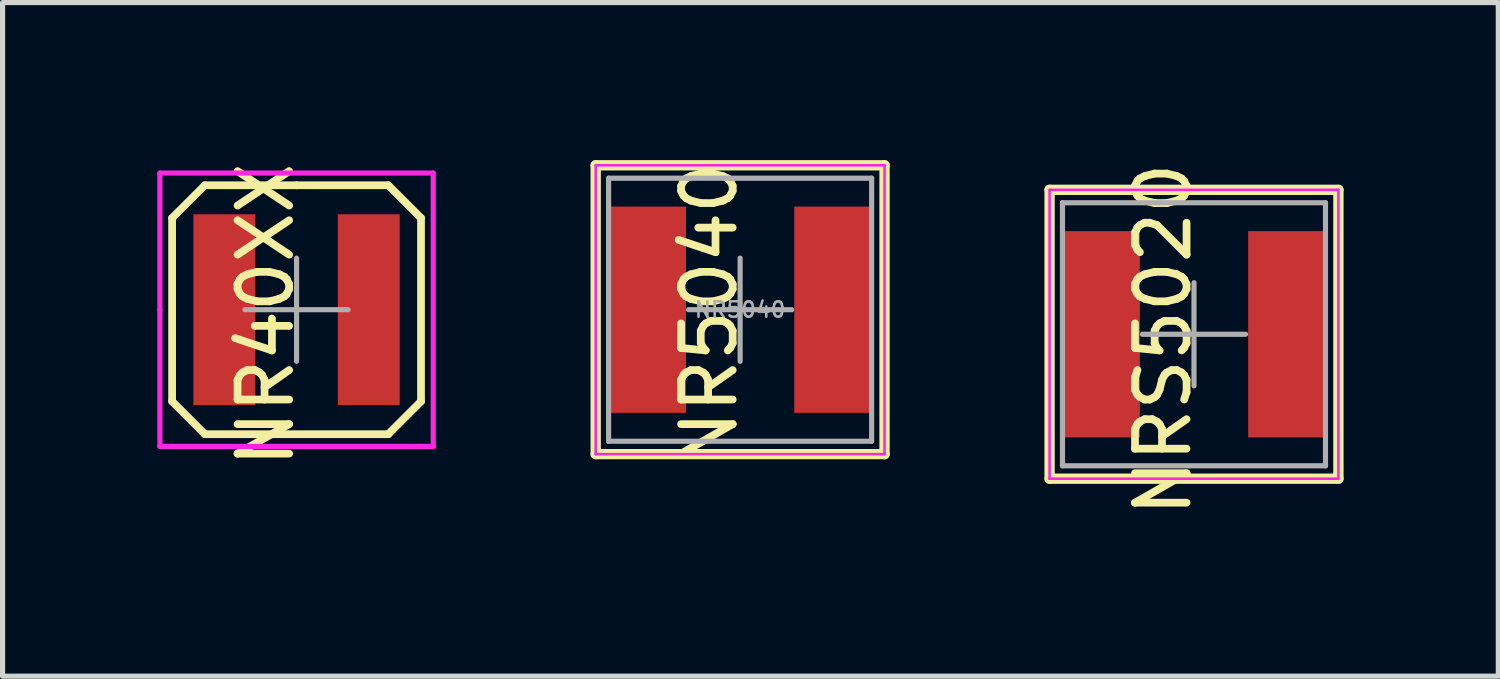
<source format=kicad_pcb>
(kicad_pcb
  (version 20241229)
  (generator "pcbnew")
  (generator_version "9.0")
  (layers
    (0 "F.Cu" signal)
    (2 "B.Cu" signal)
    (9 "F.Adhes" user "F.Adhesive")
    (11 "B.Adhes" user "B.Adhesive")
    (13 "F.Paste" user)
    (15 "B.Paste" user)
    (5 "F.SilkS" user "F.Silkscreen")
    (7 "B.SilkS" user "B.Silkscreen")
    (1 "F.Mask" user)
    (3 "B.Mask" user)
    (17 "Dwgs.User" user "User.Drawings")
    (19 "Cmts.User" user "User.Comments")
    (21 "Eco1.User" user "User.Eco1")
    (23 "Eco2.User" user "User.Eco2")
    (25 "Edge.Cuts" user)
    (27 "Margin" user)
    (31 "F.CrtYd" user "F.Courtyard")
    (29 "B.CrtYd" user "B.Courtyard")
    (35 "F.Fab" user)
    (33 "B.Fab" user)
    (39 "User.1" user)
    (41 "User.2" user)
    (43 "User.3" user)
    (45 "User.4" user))
  (footprint "NRS5020"
    (layer "F.Cu")
    (at 20.1 3.431)
    (property "Reference" "NRS5020" (at -0.599 0.099 90) (layer "F.SilkS") (effects (font (size 1 1) (thickness 0.15))))
    (attr smd)
    (fp_line (start -2.8 -2.8) (end -2.8 2.8) (stroke (width 0.2) (type solid)) (layer "F.SilkS"))
    (fp_line (start -2.8 2.8) (end 2.8 2.8) (stroke (width 0.2) (type solid)) (layer "F.SilkS"))
    (fp_line (start 2.8 -2.8) (end -2.8 -2.8) (stroke (width 0.2) (type solid)) (layer "F.SilkS"))
    (fp_line (start 2.8 2.8) (end 2.8 -2.8) (stroke (width 0.2) (type solid)) (layer "F.SilkS"))
    (fp_line (start -2.8 -2.8) (end 2.8 -2.8) (stroke (width 0.05) (type solid)) (layer "F.CrtYd"))
    (fp_line (start -2.8 2.8) (end -2.8 -2.8) (stroke (width 0.05) (type solid)) (layer "F.CrtYd"))
    (fp_line (start 2.8 -2.8) (end 2.8 2.8) (stroke (width 0.05) (type solid)) (layer "F.CrtYd"))
    (fp_line (start 2.8 2.8) (end -2.8 2.8) (stroke (width 0.05) (type solid)) (layer "F.CrtYd"))
    (fp_line (start -2.55 -2.55) (end -2.55 2.55) (stroke (width 0.1) (type solid)) (layer "F.Fab"))
    (fp_line (start -2.55 2.55) (end 2.55 2.55) (stroke (width 0.1) (type solid)) (layer "F.Fab"))
    (fp_line (start -1 0) (end 1 0) (stroke (width 0.1) (type solid)) (layer "F.Fab"))
    (fp_line (start 0 -1) (end 0 1) (stroke (width 0.1) (type solid)) (layer "F.Fab"))
    (fp_line (start 2.55 -2.55) (end -2.55 -2.55) (stroke (width 0.1) (type solid)) (layer "F.Fab"))
    (fp_line (start 2.55 2.55) (end 2.55 -2.55) (stroke (width 0.1) (type solid)) (layer "F.Fab"))
    (pad "1" smd rect (at -1.8 0) (size 1.5 4) (layers "F.Cu" "F.Mask" "F.Paste"))
    (pad "2" smd rect (at 1.8 0) (size 1.5 4) (layers "F.Cu" "F.Mask" "F.Paste")))
  (footprint "NR40XX"
    (layer "F.Cu")
    (at 2.7 2.955)
    (property "Reference" "NR40XX" (at -0.599 0.099 90) (layer "F.SilkS") (effects (font (size 1 1) (thickness 0.15))))
    (attr smd)
    (fp_line (start -2.413 -1.778) (end -1.778 -2.413) (stroke (width 0.15) (type solid)) (layer "F.SilkS"))
    (fp_line (start -2.413 1.778) (end -2.413 -1.778) (stroke (width 0.15) (type solid)) (layer "F.SilkS"))
    (fp_line (start -1.778 -2.413) (end 0 -2.413) (stroke (width 0.15) (type solid)) (layer "F.SilkS"))
    (fp_line (start -1.778 2.413) (end -2.413 1.778) (stroke (width 0.15) (type solid)) (layer "F.SilkS"))
    (fp_line (start 0 -2.413) (end 1.778 -2.413) (stroke (width 0.15) (type solid)) (layer "F.SilkS"))
    (fp_line (start 1.778 -2.413) (end 2.413 -1.778) (stroke (width 0.15) (type solid)) (layer "F.SilkS"))
    (fp_line (start 1.778 2.413) (end -1.778 2.413) (stroke (width 0.15) (type solid)) (layer "F.SilkS"))
    (fp_line (start 2.413 -1.778) (end 2.413 1.778) (stroke (width 0.15) (type solid)) (layer "F.SilkS"))
    (fp_line (start 2.413 1.778) (end 1.778 2.413) (stroke (width 0.15) (type solid)) (layer "F.SilkS"))
    (fp_line (start -2.65 -2.65) (end 2.65 -2.65) (stroke (width 0.1) (type solid)) (layer "F.CrtYd"))
    (fp_line (start -2.65 0) (end -2.65 -2.65) (stroke (width 0.1) (type solid)) (layer "F.CrtYd"))
    (fp_line (start -2.65 2.65) (end -2.65 0) (stroke (width 0.1) (type solid)) (layer "F.CrtYd"))
    (fp_line (start 2.65 -2.65) (end 2.65 2.65) (stroke (width 0.1) (type solid)) (layer "F.CrtYd"))
    (fp_line (start 2.65 2.65) (end -2.65 2.65) (stroke (width 0.1) (type solid)) (layer "F.CrtYd"))
    (fp_line (start -1 0) (end 1 0) (stroke (width 0.1) (type solid)) (layer "F.Fab"))
    (fp_line (start 0 -1) (end 0 1) (stroke (width 0.1) (type solid)) (layer "F.Fab"))
    (pad "1" smd rect (at -1.4 0) (size 1.2 3.7) (layers "F.Cu" "F.Mask" "F.Paste"))
    (pad "2" smd rect (at 1.4 0) (size 1.2 3.7) (layers "F.Cu" "F.Mask" "F.Paste")))
  (footprint "NR5040"
    (layer "F.Cu")
    (at 11.3 2.955)
    (property "Reference" "NR5040" (at -0.599 0.099 90) (layer "F.SilkS") (effects (font (size 1 1) (thickness 0.15))))
    (attr smd)
    (fp_line (start -2.8 -2.8) (end -2.8 2.8) (stroke (width 0.2) (type solid)) (layer "F.SilkS"))
    (fp_line (start -2.8 2.8) (end 2.8 2.8) (stroke (width 0.2) (type solid)) (layer "F.SilkS"))
    (fp_line (start 2.8 -2.8) (end -2.8 -2.8) (stroke (width 0.2) (type solid)) (layer "F.SilkS"))
    (fp_line (start 2.8 2.8) (end 2.8 -2.8) (stroke (width 0.2) (type solid)) (layer "F.SilkS"))
    (fp_line (start -2.8 -2.8) (end 2.8 -2.8) (stroke (width 0.05) (type solid)) (layer "F.CrtYd"))
    (fp_line (start -2.8 2.8) (end -2.8 -2.8) (stroke (width 0.05) (type solid)) (layer "F.CrtYd"))
    (fp_line (start 2.8 -2.8) (end 2.8 2.8) (stroke (width 0.05) (type solid)) (layer "F.CrtYd"))
    (fp_line (start 2.8 2.8) (end -2.8 2.8) (stroke (width 0.05) (type solid)) (layer "F.CrtYd"))
    (fp_line (start -2.55 -2.55) (end -2.55 2.55) (stroke (width 0.1) (type solid)) (layer "F.Fab"))
    (fp_line (start -2.55 2.55) (end 2.55 2.55) (stroke (width 0.1) (type solid)) (layer "F.Fab"))
    (fp_line (start -1 0) (end 1 0) (stroke (width 0.1) (type solid)) (layer "F.Fab"))
    (fp_line (start 0 -1) (end 0 1) (stroke (width 0.1) (type solid)) (layer "F.Fab"))
    (fp_line (start 2.55 -2.55) (end -2.55 -2.55) (stroke (width 0.1) (type solid)) (layer "F.Fab"))
    (fp_line (start 2.55 2.55) (end 2.55 -2.55) (stroke (width 0.1) (type solid)) (layer "F.Fab"))
    (fp_text user "${REFERENCE}" (at 0 0 0) (layer "F.Fab") (effects (font (size 0.3 0.3) (thickness 0.05))))
    (pad "1" smd rect (at -1.8 0) (size 1.5 4) (layers "F.Cu" "F.Mask" "F.Paste"))
    (pad "2" smd rect (at 1.8 0) (size 1.5 4) (layers "F.Cu" "F.Mask" "F.Paste")))
  (gr_rect
    (start -3 -3)
    (end 26 10.06)
    (stroke (width 0.1) (type default))
    (fill no)
    (layer "Edge.Cuts")))
</source>
